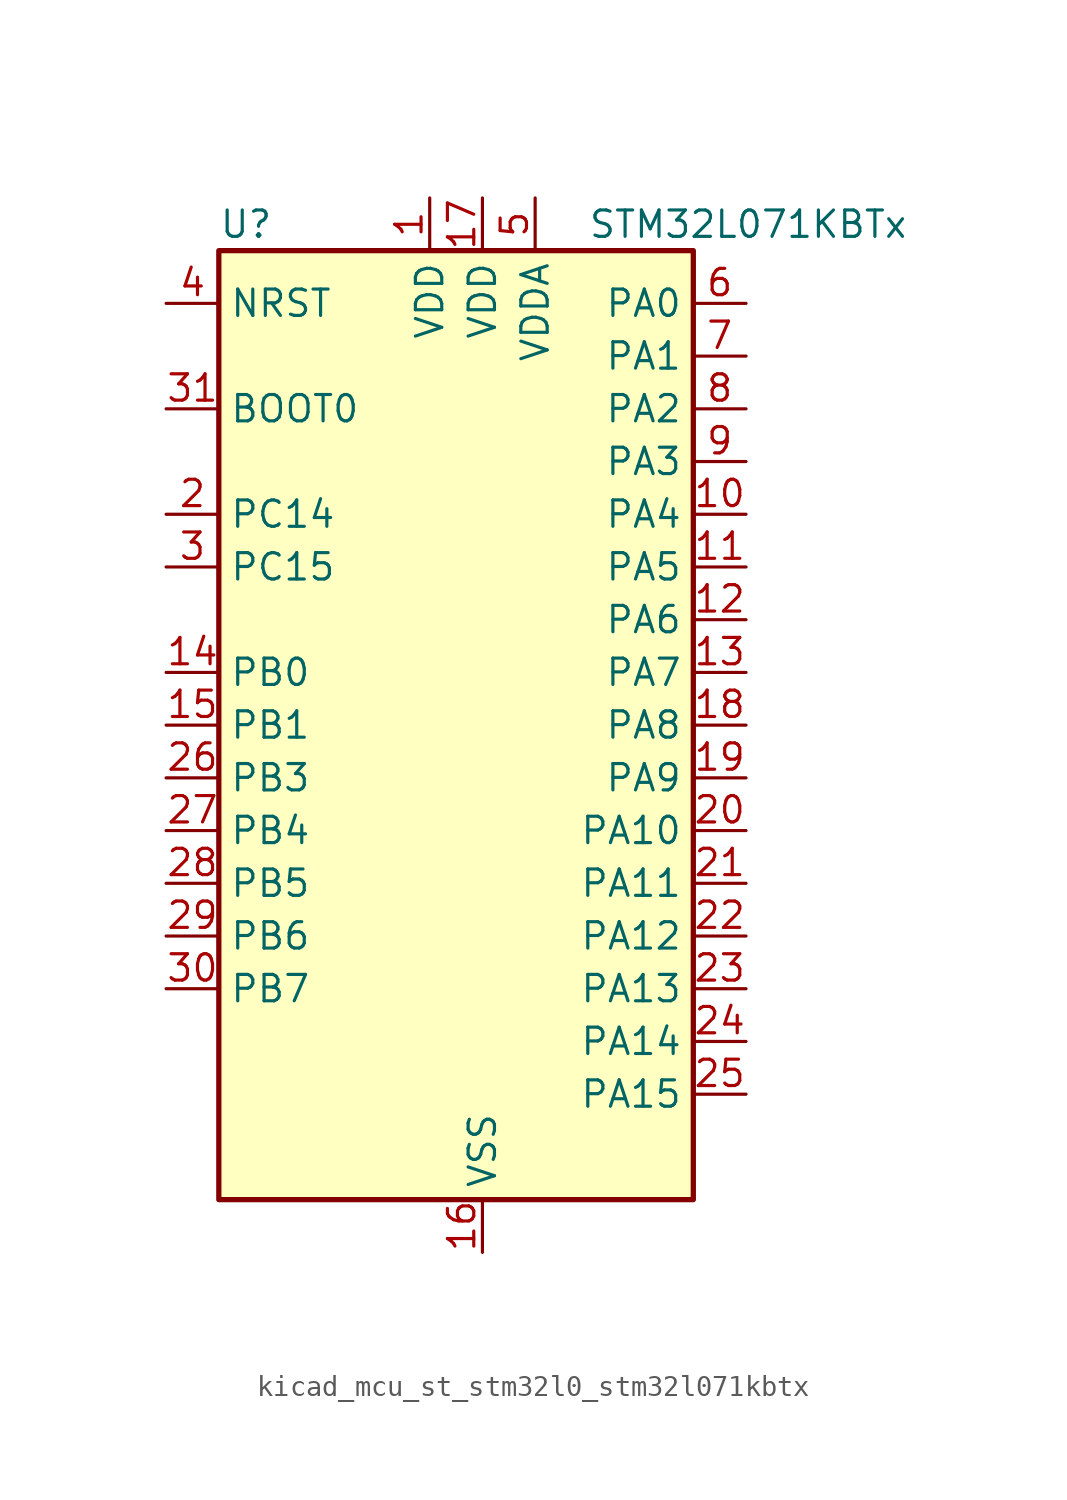
<source format=kicad_sym>
(kicad_symbol_lib
  (version 20220914)
  (generator kicad_symbol_editor)
  (symbol "kicad_mcu_st_stm32l0_stm32l071kbtx"
    (property "Reference" "U"
      (at -10.16 24.13 0)
      (effects (font (size 1.27 1.27)) (justify left)))
    (property "Value" "STM32L071KBTx"
      (at 7.62 24.13 0)
      (effects (font (size 1.27 1.27)) (justify left)))
    (property "ki_locked" ""
      (at 0 0 0)
      (effects (font (size 1.27 1.27))))
    (symbol "kicad_mcu_st_stm32l0_stm32l071kbtx_0_1"
      (rectangle (start -10.16 -22.86) (end 12.7 22.86) (stroke (width 0.254) (type default)) (fill (type background))))
    (symbol "kicad_mcu_st_stm32l0_stm32l071kbtx_1_1"
      (pin power_in line (at 0 25.4 270) (length 2.54) (name "VDD" (effects (font (size 1.27 1.27)))) (number "1" (effects (font (size 1.27 1.27)))))
      (pin bidirectional line (at 15.24 10.16 180) (length 2.54) (name "PA4" (effects (font (size 1.27 1.27)))) (number "10" (effects (font (size 1.27 1.27)))) (alternate "ADC_IN4" bidirectional line) (alternate "COMP1_INM" bidirectional line) (alternate "COMP2_INM" bidirectional line) (alternate "SPI1_NSS" bidirectional line) (alternate "TIM22_ETR" bidirectional line) (alternate "USART2_CK" bidirectional line))
      (pin bidirectional line (at 15.24 7.62 180) (length 2.54) (name "PA5" (effects (font (size 1.27 1.27)))) (number "11" (effects (font (size 1.27 1.27)))) (alternate "ADC_IN5" bidirectional line) (alternate "COMP1_INM" bidirectional line) (alternate "COMP2_INM" bidirectional line) (alternate "SPI1_SCK" bidirectional line) (alternate "TIM2_CH1" bidirectional line) (alternate "TIM2_ETR" bidirectional line))
      (pin bidirectional line (at 15.24 5.08 180) (length 2.54) (name "PA6" (effects (font (size 1.27 1.27)))) (number "12" (effects (font (size 1.27 1.27)))) (alternate "ADC_IN6" bidirectional line) (alternate "COMP1_OUT" bidirectional line) (alternate "LPUART1_CTS" bidirectional line) (alternate "SPI1_MISO" bidirectional line) (alternate "TIM22_CH1" bidirectional line) (alternate "TIM3_CH1" bidirectional line))
      (pin bidirectional line (at 15.24 2.54 180) (length 2.54) (name "PA7" (effects (font (size 1.27 1.27)))) (number "13" (effects (font (size 1.27 1.27)))) (alternate "ADC_IN7" bidirectional line) (alternate "COMP2_OUT" bidirectional line) (alternate "SPI1_MOSI" bidirectional line) (alternate "TIM22_CH2" bidirectional line) (alternate "TIM3_CH2" bidirectional line))
      (pin bidirectional line (at -12.7 2.54 0) (length 2.54) (name "PB0" (effects (font (size 1.27 1.27)))) (number "14" (effects (font (size 1.27 1.27)))) (alternate "ADC_IN8" bidirectional line) (alternate "SYS_VREF_OUT_PB0" bidirectional line) (alternate "TIM3_CH3" bidirectional line))
      (pin bidirectional line (at -12.7 0 0) (length 2.54) (name "PB1" (effects (font (size 1.27 1.27)))) (number "15" (effects (font (size 1.27 1.27)))) (alternate "ADC_IN9" bidirectional line) (alternate "LPUART1_DE" bidirectional line) (alternate "LPUART1_RTS" bidirectional line) (alternate "SYS_VREF_OUT_PB1" bidirectional line) (alternate "TIM3_CH4" bidirectional line))
      (pin power_in line (at 2.54 -25.4 90) (length 2.54) (name "VSS" (effects (font (size 1.27 1.27)))) (number "16" (effects (font (size 1.27 1.27)))))
      (pin power_in line (at 2.54 25.4 270) (length 2.54) (name "VDD" (effects (font (size 1.27 1.27)))) (number "17" (effects (font (size 1.27 1.27)))))
      (pin bidirectional line (at 15.24 0 180) (length 2.54) (name "PA8" (effects (font (size 1.27 1.27)))) (number "18" (effects (font (size 1.27 1.27)))) (alternate "I2C3_SCL" bidirectional line) (alternate "RCC_MCO" bidirectional line) (alternate "USART1_CK" bidirectional line))
      (pin bidirectional line (at 15.24 -2.54 180) (length 2.54) (name "PA9" (effects (font (size 1.27 1.27)))) (number "19" (effects (font (size 1.27 1.27)))) (alternate "I2C1_SCL" bidirectional line) (alternate "I2C3_SMBA" bidirectional line) (alternate "RCC_MCO" bidirectional line) (alternate "USART1_TX" bidirectional line))
      (pin bidirectional line (at -12.7 10.16 0) (length 2.54) (name "PC14" (effects (font (size 1.27 1.27)))) (number "2" (effects (font (size 1.27 1.27)))) (alternate "RCC_OSC32_IN" bidirectional line))
      (pin bidirectional line (at 15.24 -5.08 180) (length 2.54) (name "PA10" (effects (font (size 1.27 1.27)))) (number "20" (effects (font (size 1.27 1.27)))) (alternate "I2C1_SDA" bidirectional line) (alternate "USART1_RX" bidirectional line))
      (pin bidirectional line (at 15.24 -7.62 180) (length 2.54) (name "PA11" (effects (font (size 1.27 1.27)))) (number "21" (effects (font (size 1.27 1.27)))) (alternate "ADC_EXTI11" bidirectional line) (alternate "COMP1_OUT" bidirectional line) (alternate "SPI1_MISO" bidirectional line) (alternate "USART1_CTS" bidirectional line))
      (pin bidirectional line (at 15.24 -10.16 180) (length 2.54) (name "PA12" (effects (font (size 1.27 1.27)))) (number "22" (effects (font (size 1.27 1.27)))) (alternate "COMP2_OUT" bidirectional line) (alternate "SPI1_MOSI" bidirectional line) (alternate "USART1_DE" bidirectional line) (alternate "USART1_RTS" bidirectional line))
      (pin bidirectional line (at 15.24 -12.7 180) (length 2.54) (name "PA13" (effects (font (size 1.27 1.27)))) (number "23" (effects (font (size 1.27 1.27)))) (alternate "LPUART1_RX" bidirectional line) (alternate "SYS_SWDIO" bidirectional line))
      (pin bidirectional line (at 15.24 -15.24 180) (length 2.54) (name "PA14" (effects (font (size 1.27 1.27)))) (number "24" (effects (font (size 1.27 1.27)))) (alternate "LPUART1_TX" bidirectional line) (alternate "SYS_SWCLK" bidirectional line) (alternate "USART2_TX" bidirectional line))
      (pin bidirectional line (at 15.24 -17.78 180) (length 2.54) (name "PA15" (effects (font (size 1.27 1.27)))) (number "25" (effects (font (size 1.27 1.27)))) (alternate "SPI1_NSS" bidirectional line) (alternate "TIM2_CH1" bidirectional line) (alternate "TIM2_ETR" bidirectional line) (alternate "USART2_RX" bidirectional line) (alternate "USART4_DE" bidirectional line) (alternate "USART4_RTS" bidirectional line))
      (pin bidirectional line (at -12.7 -2.54 0) (length 2.54) (name "PB3" (effects (font (size 1.27 1.27)))) (number "26" (effects (font (size 1.27 1.27)))) (alternate "COMP2_INM" bidirectional line) (alternate "SPI1_SCK" bidirectional line) (alternate "TIM2_CH2" bidirectional line) (alternate "USART1_DE" bidirectional line) (alternate "USART1_RTS" bidirectional line) (alternate "USART5_TX" bidirectional line))
      (pin bidirectional line (at -12.7 -5.08 0) (length 2.54) (name "PB4" (effects (font (size 1.27 1.27)))) (number "27" (effects (font (size 1.27 1.27)))) (alternate "COMP2_INP" bidirectional line) (alternate "I2C3_SDA" bidirectional line) (alternate "SPI1_MISO" bidirectional line) (alternate "TIM22_CH1" bidirectional line) (alternate "TIM3_CH1" bidirectional line) (alternate "USART1_CTS" bidirectional line) (alternate "USART5_RX" bidirectional line))
      (pin bidirectional line (at -12.7 -7.62 0) (length 2.54) (name "PB5" (effects (font (size 1.27 1.27)))) (number "28" (effects (font (size 1.27 1.27)))) (alternate "COMP2_INP" bidirectional line) (alternate "I2C1_SMBA" bidirectional line) (alternate "LPTIM1_IN1" bidirectional line) (alternate "SPI1_MOSI" bidirectional line) (alternate "TIM22_CH2" bidirectional line) (alternate "TIM3_CH2" bidirectional line) (alternate "USART1_CK" bidirectional line) (alternate "USART5_CK" bidirectional line) (alternate "USART5_DE" bidirectional line) (alternate "USART5_RTS" bidirectional line))
      (pin bidirectional line (at -12.7 -10.16 0) (length 2.54) (name "PB6" (effects (font (size 1.27 1.27)))) (number "29" (effects (font (size 1.27 1.27)))) (alternate "COMP2_INP" bidirectional line) (alternate "I2C1_SCL" bidirectional line) (alternate "LPTIM1_ETR" bidirectional line) (alternate "USART1_TX" bidirectional line))
      (pin bidirectional line (at -12.7 7.62 0) (length 2.54) (name "PC15" (effects (font (size 1.27 1.27)))) (number "3" (effects (font (size 1.27 1.27)))) (alternate "RCC_OSC32_OUT" bidirectional line))
      (pin bidirectional line (at -12.7 -12.7 0) (length 2.54) (name "PB7" (effects (font (size 1.27 1.27)))) (number "30" (effects (font (size 1.27 1.27)))) (alternate "COMP2_INP" bidirectional line) (alternate "I2C1_SDA" bidirectional line) (alternate "LPTIM1_IN2" bidirectional line) (alternate "SYS_PVD_IN" bidirectional line) (alternate "USART1_RX" bidirectional line) (alternate "USART4_CTS" bidirectional line))
      (pin input line (at -12.7 15.24 0) (length 2.54) (name "BOOT0" (effects (font (size 1.27 1.27)))) (number "31" (effects (font (size 1.27 1.27)))))
      (pin passive line (at 2.54 -25.4 90) (length 2.54) hide (name "VSS" (effects (font (size 1.27 1.27)))) (number "32" (effects (font (size 1.27 1.27)))))
      (pin input line (at -12.7 20.32 0) (length 2.54) (name "NRST" (effects (font (size 1.27 1.27)))) (number "4" (effects (font (size 1.27 1.27)))))
      (pin power_in line (at 5.08 25.4 270) (length 2.54) (name "VDDA" (effects (font (size 1.27 1.27)))) (number "5" (effects (font (size 1.27 1.27)))))
      (pin bidirectional line (at 15.24 20.32 180) (length 2.54) (name "PA0" (effects (font (size 1.27 1.27)))) (number "6" (effects (font (size 1.27 1.27)))) (alternate "ADC_IN0" bidirectional line) (alternate "COMP1_INM" bidirectional line) (alternate "COMP1_OUT" bidirectional line) (alternate "RTC_TAMP2" bidirectional line) (alternate "SYS_WKUP1" bidirectional line) (alternate "TIM2_CH1" bidirectional line) (alternate "TIM2_ETR" bidirectional line) (alternate "USART2_CTS" bidirectional line) (alternate "USART4_TX" bidirectional line))
      (pin bidirectional line (at 15.24 17.78 180) (length 2.54) (name "PA1" (effects (font (size 1.27 1.27)))) (number "7" (effects (font (size 1.27 1.27)))) (alternate "ADC_IN1" bidirectional line) (alternate "COMP1_INP" bidirectional line) (alternate "TIM21_ETR" bidirectional line) (alternate "TIM2_CH2" bidirectional line) (alternate "USART2_DE" bidirectional line) (alternate "USART2_RTS" bidirectional line) (alternate "USART4_RX" bidirectional line))
      (pin bidirectional line (at 15.24 15.24 180) (length 2.54) (name "PA2" (effects (font (size 1.27 1.27)))) (number "8" (effects (font (size 1.27 1.27)))) (alternate "ADC_IN2" bidirectional line) (alternate "COMP2_INM" bidirectional line) (alternate "COMP2_OUT" bidirectional line) (alternate "LPUART1_TX" bidirectional line) (alternate "TIM21_CH1" bidirectional line) (alternate "TIM2_CH3" bidirectional line) (alternate "USART2_TX" bidirectional line))
      (pin bidirectional line (at 15.24 12.7 180) (length 2.54) (name "PA3" (effects (font (size 1.27 1.27)))) (number "9" (effects (font (size 1.27 1.27)))) (alternate "ADC_IN3" bidirectional line) (alternate "COMP2_INP" bidirectional line) (alternate "LPUART1_RX" bidirectional line) (alternate "TIM21_CH2" bidirectional line) (alternate "TIM2_CH4" bidirectional line) (alternate "USART2_RX" bidirectional line)))))
</source>
